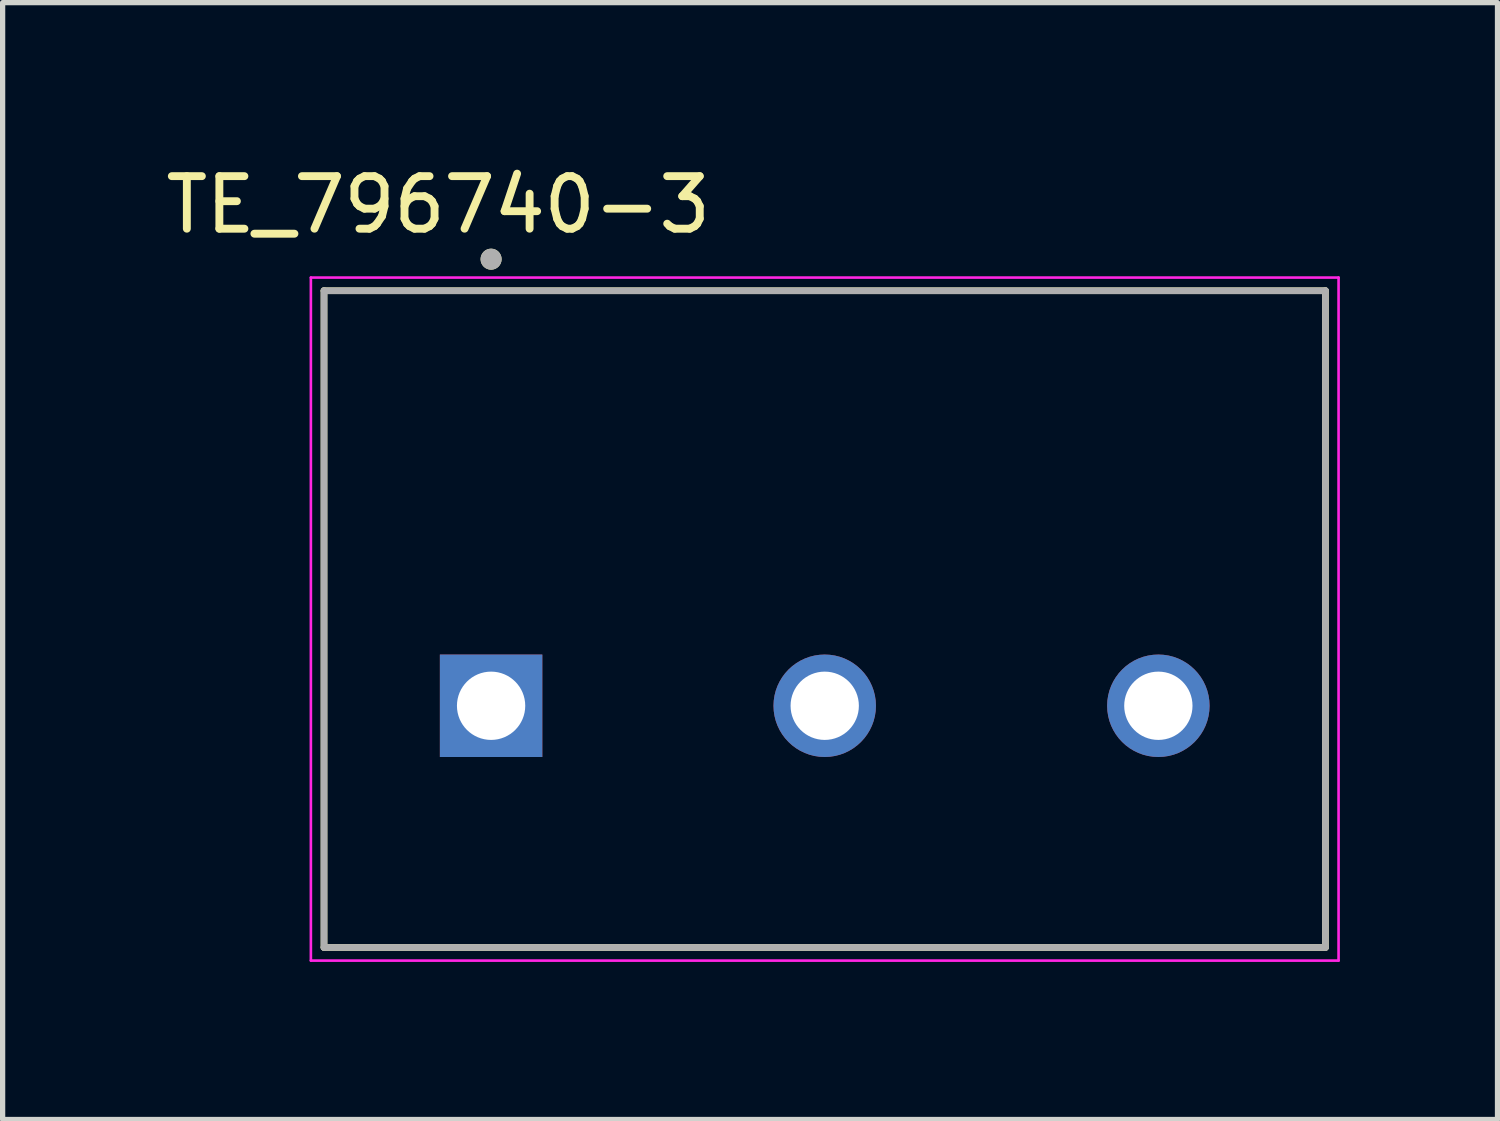
<source format=kicad_pcb>
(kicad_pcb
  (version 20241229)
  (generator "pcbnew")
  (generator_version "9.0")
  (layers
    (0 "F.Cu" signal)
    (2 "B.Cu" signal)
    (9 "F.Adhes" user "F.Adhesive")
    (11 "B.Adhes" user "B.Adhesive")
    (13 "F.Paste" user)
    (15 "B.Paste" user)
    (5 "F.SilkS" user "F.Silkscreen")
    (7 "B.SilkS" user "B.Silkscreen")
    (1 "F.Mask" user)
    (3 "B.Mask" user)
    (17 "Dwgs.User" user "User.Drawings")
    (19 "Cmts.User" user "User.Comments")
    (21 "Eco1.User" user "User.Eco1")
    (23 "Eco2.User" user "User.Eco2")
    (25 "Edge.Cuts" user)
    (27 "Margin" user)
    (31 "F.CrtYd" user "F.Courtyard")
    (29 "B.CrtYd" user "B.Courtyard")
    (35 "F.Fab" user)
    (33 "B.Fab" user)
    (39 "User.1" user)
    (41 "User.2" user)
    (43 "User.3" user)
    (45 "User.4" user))
  (footprint "TE_796740-3"
    (layer "F.Cu")
    (at 12.647 10.383)
    (property "Reference" "TE_796740-3" (at -7.355 -9.535 0) (layer "F.SilkS") (effects (font (size 1 1) (thickness 0.15))))
    (attr through_hole)
    (fp_line (start -9.53 -7.9) (end 9.53 -7.9) (stroke (width 0.127) (type solid)) (layer "F.SilkS"))
    (fp_line (start -9.53 4.6) (end -9.53 -7.9) (stroke (width 0.127) (type solid)) (layer "F.SilkS"))
    (fp_line (start 9.53 -7.9) (end 9.53 4.6) (stroke (width 0.127) (type solid)) (layer "F.SilkS"))
    (fp_line (start 9.53 4.6) (end -9.53 4.6) (stroke (width 0.127) (type solid)) (layer "F.SilkS"))
    (fp_circle (center -6.35 -8.5) (end -6.25 -8.5) (stroke (width 0.2) (type solid)) (fill no) (layer "F.SilkS"))
    (fp_line (start -9.78 -8.15) (end 9.78 -8.15) (stroke (width 0.05) (type solid)) (layer "F.CrtYd"))
    (fp_line (start -9.78 4.85) (end -9.78 -8.15) (stroke (width 0.05) (type solid)) (layer "F.CrtYd"))
    (fp_line (start 9.78 -8.15) (end 9.78 4.85) (stroke (width 0.05) (type solid)) (layer "F.CrtYd"))
    (fp_line (start 9.78 4.85) (end -9.78 4.85) (stroke (width 0.05) (type solid)) (layer "F.CrtYd"))
    (fp_line (start -9.53 -7.9) (end 9.53 -7.9) (stroke (width 0.127) (type solid)) (layer "F.Fab"))
    (fp_line (start -9.53 4.6) (end -9.53 -7.9) (stroke (width 0.127) (type solid)) (layer "F.Fab"))
    (fp_line (start 9.53 -7.9) (end 9.53 4.6) (stroke (width 0.127) (type solid)) (layer "F.Fab"))
    (fp_line (start 9.53 4.6) (end -9.53 4.6) (stroke (width 0.127) (type solid)) (layer "F.Fab"))
    (fp_circle (center -6.35 -8.5) (end -6.25 -8.5) (stroke (width 0.2) (type solid)) (fill no) (layer "F.Fab"))
    (pad "1" thru_hole rect (at -6.35 0) (size 1.95 1.95) (drill 1.3) (layers "*.Cu" "*.Mask"))
    (pad "2" thru_hole circle (at 0 0) (size 1.95 1.95) (drill 1.3) (layers "*.Cu" "*.Mask"))
    (pad "3" thru_hole circle (at 6.35 0) (size 1.95 1.95) (drill 1.3) (layers "*.Cu" "*.Mask")))
  (gr_rect
    (start -3 -3)
    (end 25.452 18.258)
    (stroke (width 0.1) (type default))
    (fill no)
    (layer "Edge.Cuts")))
</source>
